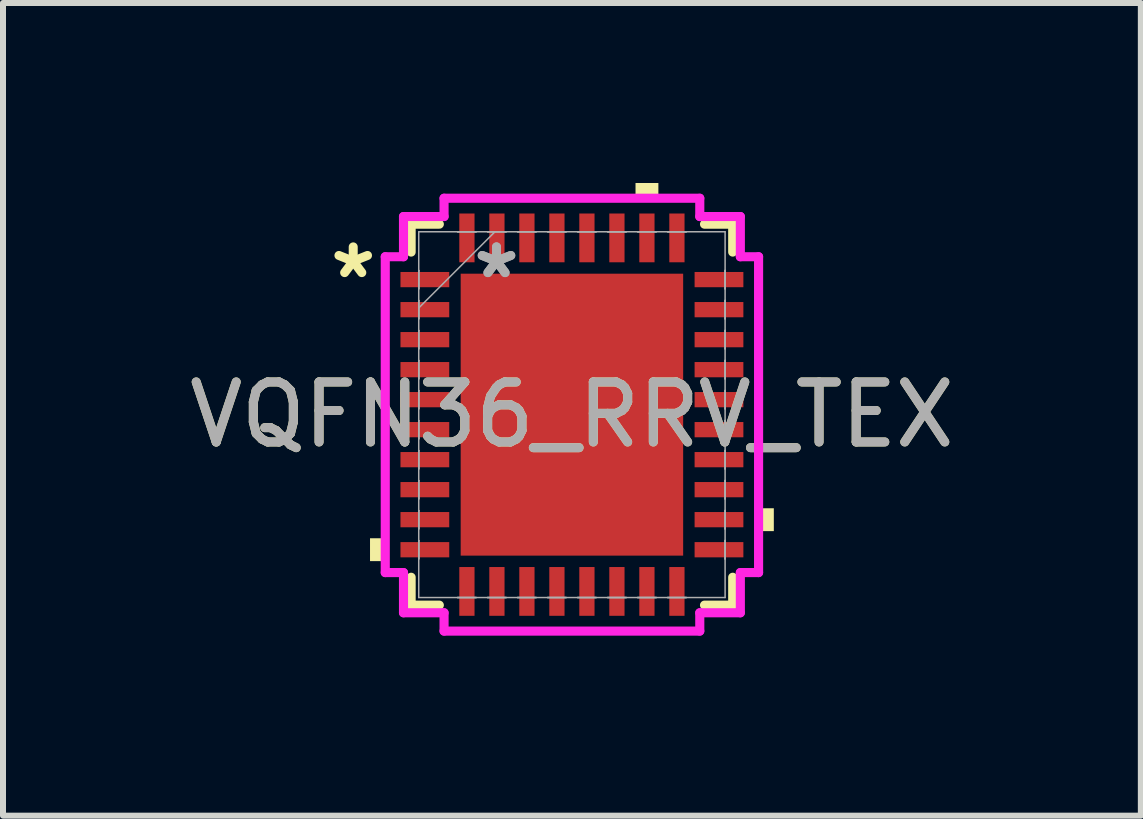
<source format=kicad_pcb>
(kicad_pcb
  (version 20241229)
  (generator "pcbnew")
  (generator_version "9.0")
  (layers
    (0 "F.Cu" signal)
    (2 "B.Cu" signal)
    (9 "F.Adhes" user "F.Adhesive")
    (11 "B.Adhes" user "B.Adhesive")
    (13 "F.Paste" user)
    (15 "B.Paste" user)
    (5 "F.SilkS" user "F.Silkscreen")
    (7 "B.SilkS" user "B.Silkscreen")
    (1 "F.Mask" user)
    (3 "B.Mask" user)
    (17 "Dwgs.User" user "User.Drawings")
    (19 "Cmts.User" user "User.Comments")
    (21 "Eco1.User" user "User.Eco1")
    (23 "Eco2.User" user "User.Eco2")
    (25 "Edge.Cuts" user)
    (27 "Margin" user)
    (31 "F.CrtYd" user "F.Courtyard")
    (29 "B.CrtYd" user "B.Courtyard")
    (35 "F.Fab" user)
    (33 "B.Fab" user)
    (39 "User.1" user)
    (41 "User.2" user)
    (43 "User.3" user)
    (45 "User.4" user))
  (footprint "VQFN36_RRV_TEX"
    (layer "F.Cu")
    (at 6.482 3.861)
    (property "Reference" "VQFN36_RRV_TEX" (at 0 0 0) (unlocked yes) (layer "F.SilkS") (effects (font (size 1 1) (thickness 0.15))))
    (attr smd)
    (fp_line (start -2.68 -3.175) (end -2.68 -2.71) (stroke (width 0.152) (type solid)) (layer "F.SilkS"))
    (fp_line (start -2.68 2.71) (end -2.68 3.175) (stroke (width 0.152) (type solid)) (layer "F.SilkS"))
    (fp_line (start -2.68 3.175) (end -2.21 3.175) (stroke (width 0.152) (type solid)) (layer "F.SilkS"))
    (fp_line (start -2.21 -3.175) (end -2.68 -3.175) (stroke (width 0.152) (type solid)) (layer "F.SilkS"))
    (fp_line (start 2.21 3.175) (end 2.68 3.175) (stroke (width 0.152) (type solid)) (layer "F.SilkS"))
    (fp_line (start 2.68 -3.175) (end 2.21 -3.175) (stroke (width 0.152) (type solid)) (layer "F.SilkS"))
    (fp_line (start 2.68 -2.71) (end 2.68 -3.175) (stroke (width 0.152) (type solid)) (layer "F.SilkS"))
    (fp_line (start 2.68 3.175) (end 2.68 2.71) (stroke (width 0.152) (type solid)) (layer "F.SilkS"))
    (fp_poly (pts (xy -3.365 2.06) (xy -3.365 2.441) (xy -3.111 2.441) (xy -3.111 2.06)) (stroke (width 0) (type solid)) (fill yes) (layer "F.SilkS"))
    (fp_poly (pts (xy 1.06 -3.607) (xy 1.06 -3.861) (xy 1.441 -3.861) (xy 1.441 -3.607)) (stroke (width 0) (type solid)) (fill yes) (layer "F.SilkS"))
    (fp_poly (pts (xy 3.365 1.56) (xy 3.365 1.941) (xy 3.111 1.941) (xy 3.111 1.56)) (stroke (width 0) (type solid)) (fill yes) (layer "F.SilkS"))
    (fp_line (start -3.111 -2.632) (end -2.807 -2.632) (stroke (width 0.152) (type solid)) (layer "F.CrtYd"))
    (fp_line (start -3.111 2.632) (end -3.111 -2.632) (stroke (width 0.152) (type solid)) (layer "F.CrtYd"))
    (fp_line (start -2.807 -3.302) (end -2.131 -3.302) (stroke (width 0.152) (type solid)) (layer "F.CrtYd"))
    (fp_line (start -2.807 -2.632) (end -2.807 -3.302) (stroke (width 0.152) (type solid)) (layer "F.CrtYd"))
    (fp_line (start -2.807 2.632) (end -3.111 2.632) (stroke (width 0.152) (type solid)) (layer "F.CrtYd"))
    (fp_line (start -2.807 3.302) (end -2.807 2.632) (stroke (width 0.152) (type solid)) (layer "F.CrtYd"))
    (fp_line (start -2.131 -3.607) (end 2.131 -3.607) (stroke (width 0.152) (type solid)) (layer "F.CrtYd"))
    (fp_line (start -2.131 -3.302) (end -2.131 -3.607) (stroke (width 0.152) (type solid)) (layer "F.CrtYd"))
    (fp_line (start -2.131 3.302) (end -2.807 3.302) (stroke (width 0.152) (type solid)) (layer "F.CrtYd"))
    (fp_line (start -2.131 3.607) (end -2.131 3.302) (stroke (width 0.152) (type solid)) (layer "F.CrtYd"))
    (fp_line (start 2.131 -3.607) (end 2.131 -3.302) (stroke (width 0.152) (type solid)) (layer "F.CrtYd"))
    (fp_line (start 2.131 -3.302) (end 2.807 -3.302) (stroke (width 0.152) (type solid)) (layer "F.CrtYd"))
    (fp_line (start 2.131 3.302) (end 2.131 3.607) (stroke (width 0.152) (type solid)) (layer "F.CrtYd"))
    (fp_line (start 2.131 3.607) (end -2.131 3.607) (stroke (width 0.152) (type solid)) (layer "F.CrtYd"))
    (fp_line (start 2.807 -3.302) (end 2.807 -2.632) (stroke (width 0.152) (type solid)) (layer "F.CrtYd"))
    (fp_line (start 2.807 -2.632) (end 3.111 -2.632) (stroke (width 0.152) (type solid)) (layer "F.CrtYd"))
    (fp_line (start 2.807 2.632) (end 2.807 3.302) (stroke (width 0.152) (type solid)) (layer "F.CrtYd"))
    (fp_line (start 2.807 3.302) (end 2.131 3.302) (stroke (width 0.152) (type solid)) (layer "F.CrtYd"))
    (fp_line (start 3.111 -2.632) (end 3.111 2.632) (stroke (width 0.152) (type solid)) (layer "F.CrtYd"))
    (fp_line (start 3.111 2.632) (end 2.807 2.632) (stroke (width 0.152) (type solid)) (layer "F.CrtYd"))
    (fp_line (start -2.553 -3.048) (end -2.553 3.048) (stroke (width 0.025) (type solid)) (layer "F.Fab"))
    (fp_line (start -2.553 -2.403) (end -2.553 -2.403) (stroke (width 0.025) (type solid)) (layer "F.Fab"))
    (fp_line (start -2.553 -2.403) (end -2.553 -2.098) (stroke (width 0.025) (type solid)) (layer "F.Fab"))
    (fp_line (start -2.553 -2.098) (end -2.553 -2.403) (stroke (width 0.025) (type solid)) (layer "F.Fab"))
    (fp_line (start -2.553 -2.098) (end -2.553 -2.098) (stroke (width 0.025) (type solid)) (layer "F.Fab"))
    (fp_line (start -2.553 -1.903) (end -2.553 -1.903) (stroke (width 0.025) (type solid)) (layer "F.Fab"))
    (fp_line (start -2.553 -1.903) (end -2.553 -1.598) (stroke (width 0.025) (type solid)) (layer "F.Fab"))
    (fp_line (start -2.553 -1.778) (end -1.283 -3.048) (stroke (width 0.025) (type solid)) (layer "F.Fab"))
    (fp_line (start -2.553 -1.598) (end -2.553 -1.903) (stroke (width 0.025) (type solid)) (layer "F.Fab"))
    (fp_line (start -2.553 -1.598) (end -2.553 -1.598) (stroke (width 0.025) (type solid)) (layer "F.Fab"))
    (fp_line (start -2.553 -1.403) (end -2.553 -1.403) (stroke (width 0.025) (type solid)) (layer "F.Fab"))
    (fp_line (start -2.553 -1.403) (end -2.553 -1.098) (stroke (width 0.025) (type solid)) (layer "F.Fab"))
    (fp_line (start -2.553 -1.098) (end -2.553 -1.403) (stroke (width 0.025) (type solid)) (layer "F.Fab"))
    (fp_line (start -2.553 -1.098) (end -2.553 -1.098) (stroke (width 0.025) (type solid)) (layer "F.Fab"))
    (fp_line (start -2.553 -0.903) (end -2.553 -0.903) (stroke (width 0.025) (type solid)) (layer "F.Fab"))
    (fp_line (start -2.553 -0.903) (end -2.553 -0.598) (stroke (width 0.025) (type solid)) (layer "F.Fab"))
    (fp_line (start -2.553 -0.598) (end -2.553 -0.903) (stroke (width 0.025) (type solid)) (layer "F.Fab"))
    (fp_line (start -2.553 -0.598) (end -2.553 -0.598) (stroke (width 0.025) (type solid)) (layer "F.Fab"))
    (fp_line (start -2.553 -0.402) (end -2.553 -0.402) (stroke (width 0.025) (type solid)) (layer "F.Fab"))
    (fp_line (start -2.553 -0.402) (end -2.553 -0.098) (stroke (width 0.025) (type solid)) (layer "F.Fab"))
    (fp_line (start -2.553 -0.098) (end -2.553 -0.402) (stroke (width 0.025) (type solid)) (layer "F.Fab"))
    (fp_line (start -2.553 -0.098) (end -2.553 -0.098) (stroke (width 0.025) (type solid)) (layer "F.Fab"))
    (fp_line (start -2.553 0.098) (end -2.553 0.098) (stroke (width 0.025) (type solid)) (layer "F.Fab"))
    (fp_line (start -2.553 0.098) (end -2.553 0.402) (stroke (width 0.025) (type solid)) (layer "F.Fab"))
    (fp_line (start -2.553 0.402) (end -2.553 0.098) (stroke (width 0.025) (type solid)) (layer "F.Fab"))
    (fp_line (start -2.553 0.402) (end -2.553 0.402) (stroke (width 0.025) (type solid)) (layer "F.Fab"))
    (fp_line (start -2.553 0.598) (end -2.553 0.598) (stroke (width 0.025) (type solid)) (layer "F.Fab"))
    (fp_line (start -2.553 0.598) (end -2.553 0.903) (stroke (width 0.025) (type solid)) (layer "F.Fab"))
    (fp_line (start -2.553 0.903) (end -2.553 0.598) (stroke (width 0.025) (type solid)) (layer "F.Fab"))
    (fp_line (start -2.553 0.903) (end -2.553 0.903) (stroke (width 0.025) (type solid)) (layer "F.Fab"))
    (fp_line (start -2.553 1.098) (end -2.553 1.098) (stroke (width 0.025) (type solid)) (layer "F.Fab"))
    (fp_line (start -2.553 1.098) (end -2.553 1.403) (stroke (width 0.025) (type solid)) (layer "F.Fab"))
    (fp_line (start -2.553 1.403) (end -2.553 1.098) (stroke (width 0.025) (type solid)) (layer "F.Fab"))
    (fp_line (start -2.553 1.403) (end -2.553 1.403) (stroke (width 0.025) (type solid)) (layer "F.Fab"))
    (fp_line (start -2.553 1.598) (end -2.553 1.598) (stroke (width 0.025) (type solid)) (layer "F.Fab"))
    (fp_line (start -2.553 1.598) (end -2.553 1.903) (stroke (width 0.025) (type solid)) (layer "F.Fab"))
    (fp_line (start -2.553 1.903) (end -2.553 1.598) (stroke (width 0.025) (type solid)) (layer "F.Fab"))
    (fp_line (start -2.553 1.903) (end -2.553 1.903) (stroke (width 0.025) (type solid)) (layer "F.Fab"))
    (fp_line (start -2.553 2.098) (end -2.553 2.098) (stroke (width 0.025) (type solid)) (layer "F.Fab"))
    (fp_line (start -2.553 2.098) (end -2.553 2.403) (stroke (width 0.025) (type solid)) (layer "F.Fab"))
    (fp_line (start -2.553 2.403) (end -2.553 2.098) (stroke (width 0.025) (type solid)) (layer "F.Fab"))
    (fp_line (start -2.553 2.403) (end -2.553 2.403) (stroke (width 0.025) (type solid)) (layer "F.Fab"))
    (fp_line (start -2.553 3.048) (end 2.553 3.048) (stroke (width 0.025) (type solid)) (layer "F.Fab"))
    (fp_line (start -1.903 -3.048) (end -1.903 -3.048) (stroke (width 0.025) (type solid)) (layer "F.Fab"))
    (fp_line (start -1.903 -3.048) (end -1.598 -3.048) (stroke (width 0.025) (type solid)) (layer "F.Fab"))
    (fp_line (start -1.903 3.048) (end -1.903 3.048) (stroke (width 0.025) (type solid)) (layer "F.Fab"))
    (fp_line (start -1.903 3.048) (end -1.598 3.048) (stroke (width 0.025) (type solid)) (layer "F.Fab"))
    (fp_line (start -1.598 -3.048) (end -1.903 -3.048) (stroke (width 0.025) (type solid)) (layer "F.Fab"))
    (fp_line (start -1.598 -3.048) (end -1.598 -3.048) (stroke (width 0.025) (type solid)) (layer "F.Fab"))
    (fp_line (start -1.598 3.048) (end -1.903 3.048) (stroke (width 0.025) (type solid)) (layer "F.Fab"))
    (fp_line (start -1.598 3.048) (end -1.598 3.048) (stroke (width 0.025) (type solid)) (layer "F.Fab"))
    (fp_line (start -1.403 -3.048) (end -1.403 -3.048) (stroke (width 0.025) (type solid)) (layer "F.Fab"))
    (fp_line (start -1.403 -3.048) (end -1.098 -3.048) (stroke (width 0.025) (type solid)) (layer "F.Fab"))
    (fp_line (start -1.403 3.048) (end -1.403 3.048) (stroke (width 0.025) (type solid)) (layer "F.Fab"))
    (fp_line (start -1.403 3.048) (end -1.098 3.048) (stroke (width 0.025) (type solid)) (layer "F.Fab"))
    (fp_line (start -1.098 -3.048) (end -1.403 -3.048) (stroke (width 0.025) (type solid)) (layer "F.Fab"))
    (fp_line (start -1.098 -3.048) (end -1.098 -3.048) (stroke (width 0.025) (type solid)) (layer "F.Fab"))
    (fp_line (start -1.098 3.048) (end -1.403 3.048) (stroke (width 0.025) (type solid)) (layer "F.Fab"))
    (fp_line (start -1.098 3.048) (end -1.098 3.048) (stroke (width 0.025) (type solid)) (layer "F.Fab"))
    (fp_line (start -0.903 -3.048) (end -0.903 -3.048) (stroke (width 0.025) (type solid)) (layer "F.Fab"))
    (fp_line (start -0.903 -3.048) (end -0.598 -3.048) (stroke (width 0.025) (type solid)) (layer "F.Fab"))
    (fp_line (start -0.903 3.048) (end -0.903 3.048) (stroke (width 0.025) (type solid)) (layer "F.Fab"))
    (fp_line (start -0.903 3.048) (end -0.598 3.048) (stroke (width 0.025) (type solid)) (layer "F.Fab"))
    (fp_line (start -0.598 -3.048) (end -0.903 -3.048) (stroke (width 0.025) (type solid)) (layer "F.Fab"))
    (fp_line (start -0.598 -3.048) (end -0.598 -3.048) (stroke (width 0.025) (type solid)) (layer "F.Fab"))
    (fp_line (start -0.598 3.048) (end -0.903 3.048) (stroke (width 0.025) (type solid)) (layer "F.Fab"))
    (fp_line (start -0.598 3.048) (end -0.598 3.048) (stroke (width 0.025) (type solid)) (layer "F.Fab"))
    (fp_line (start -0.402 -3.048) (end -0.402 -3.048) (stroke (width 0.025) (type solid)) (layer "F.Fab"))
    (fp_line (start -0.402 -3.048) (end -0.098 -3.048) (stroke (width 0.025) (type solid)) (layer "F.Fab"))
    (fp_line (start -0.402 3.048) (end -0.402 3.048) (stroke (width 0.025) (type solid)) (layer "F.Fab"))
    (fp_line (start -0.402 3.048) (end -0.098 3.048) (stroke (width 0.025) (type solid)) (layer "F.Fab"))
    (fp_line (start -0.098 -3.048) (end -0.402 -3.048) (stroke (width 0.025) (type solid)) (layer "F.Fab"))
    (fp_line (start -0.098 -3.048) (end -0.098 -3.048) (stroke (width 0.025) (type solid)) (layer "F.Fab"))
    (fp_line (start -0.098 3.048) (end -0.402 3.048) (stroke (width 0.025) (type solid)) (layer "F.Fab"))
    (fp_line (start -0.098 3.048) (end -0.098 3.048) (stroke (width 0.025) (type solid)) (layer "F.Fab"))
    (fp_line (start 0.098 -3.048) (end 0.098 -3.048) (stroke (width 0.025) (type solid)) (layer "F.Fab"))
    (fp_line (start 0.098 -3.048) (end 0.402 -3.048) (stroke (width 0.025) (type solid)) (layer "F.Fab"))
    (fp_line (start 0.098 3.048) (end 0.098 3.048) (stroke (width 0.025) (type solid)) (layer "F.Fab"))
    (fp_line (start 0.098 3.048) (end 0.402 3.048) (stroke (width 0.025) (type solid)) (layer "F.Fab"))
    (fp_line (start 0.402 -3.048) (end 0.098 -3.048) (stroke (width 0.025) (type solid)) (layer "F.Fab"))
    (fp_line (start 0.402 -3.048) (end 0.402 -3.048) (stroke (width 0.025) (type solid)) (layer "F.Fab"))
    (fp_line (start 0.402 3.048) (end 0.098 3.048) (stroke (width 0.025) (type solid)) (layer "F.Fab"))
    (fp_line (start 0.402 3.048) (end 0.402 3.048) (stroke (width 0.025) (type solid)) (layer "F.Fab"))
    (fp_line (start 0.598 -3.048) (end 0.598 -3.048) (stroke (width 0.025) (type solid)) (layer "F.Fab"))
    (fp_line (start 0.598 -3.048) (end 0.903 -3.048) (stroke (width 0.025) (type solid)) (layer "F.Fab"))
    (fp_line (start 0.598 3.048) (end 0.598 3.048) (stroke (width 0.025) (type solid)) (layer "F.Fab"))
    (fp_line (start 0.598 3.048) (end 0.903 3.048) (stroke (width 0.025) (type solid)) (layer "F.Fab"))
    (fp_line (start 0.903 -3.048) (end 0.598 -3.048) (stroke (width 0.025) (type solid)) (layer "F.Fab"))
    (fp_line (start 0.903 -3.048) (end 0.903 -3.048) (stroke (width 0.025) (type solid)) (layer "F.Fab"))
    (fp_line (start 0.903 3.048) (end 0.598 3.048) (stroke (width 0.025) (type solid)) (layer "F.Fab"))
    (fp_line (start 0.903 3.048) (end 0.903 3.048) (stroke (width 0.025) (type solid)) (layer "F.Fab"))
    (fp_line (start 1.098 -3.048) (end 1.098 -3.048) (stroke (width 0.025) (type solid)) (layer "F.Fab"))
    (fp_line (start 1.098 -3.048) (end 1.403 -3.048) (stroke (width 0.025) (type solid)) (layer "F.Fab"))
    (fp_line (start 1.098 3.048) (end 1.098 3.048) (stroke (width 0.025) (type solid)) (layer "F.Fab"))
    (fp_line (start 1.098 3.048) (end 1.403 3.048) (stroke (width 0.025) (type solid)) (layer "F.Fab"))
    (fp_line (start 1.403 -3.048) (end 1.098 -3.048) (stroke (width 0.025) (type solid)) (layer "F.Fab"))
    (fp_line (start 1.403 -3.048) (end 1.403 -3.048) (stroke (width 0.025) (type solid)) (layer "F.Fab"))
    (fp_line (start 1.403 3.048) (end 1.098 3.048) (stroke (width 0.025) (type solid)) (layer "F.Fab"))
    (fp_line (start 1.403 3.048) (end 1.403 3.048) (stroke (width 0.025) (type solid)) (layer "F.Fab"))
    (fp_line (start 1.598 -3.048) (end 1.598 -3.048) (stroke (width 0.025) (type solid)) (layer "F.Fab"))
    (fp_line (start 1.598 -3.048) (end 1.903 -3.048) (stroke (width 0.025) (type solid)) (layer "F.Fab"))
    (fp_line (start 1.598 3.048) (end 1.598 3.048) (stroke (width 0.025) (type solid)) (layer "F.Fab"))
    (fp_line (start 1.598 3.048) (end 1.903 3.048) (stroke (width 0.025) (type solid)) (layer "F.Fab"))
    (fp_line (start 1.903 -3.048) (end 1.598 -3.048) (stroke (width 0.025) (type solid)) (layer "F.Fab"))
    (fp_line (start 1.903 -3.048) (end 1.903 -3.048) (stroke (width 0.025) (type solid)) (layer "F.Fab"))
    (fp_line (start 1.903 3.048) (end 1.598 3.048) (stroke (width 0.025) (type solid)) (layer "F.Fab"))
    (fp_line (start 1.903 3.048) (end 1.903 3.048) (stroke (width 0.025) (type solid)) (layer "F.Fab"))
    (fp_line (start 2.553 -3.048) (end -2.553 -3.048) (stroke (width 0.025) (type solid)) (layer "F.Fab"))
    (fp_line (start 2.553 -2.403) (end 2.553 -2.403) (stroke (width 0.025) (type solid)) (layer "F.Fab"))
    (fp_line (start 2.553 -2.403) (end 2.553 -2.098) (stroke (width 0.025) (type solid)) (layer "F.Fab"))
    (fp_line (start 2.553 -2.098) (end 2.553 -2.403) (stroke (width 0.025) (type solid)) (layer "F.Fab"))
    (fp_line (start 2.553 -2.098) (end 2.553 -2.098) (stroke (width 0.025) (type solid)) (layer "F.Fab"))
    (fp_line (start 2.553 -1.903) (end 2.553 -1.903) (stroke (width 0.025) (type solid)) (layer "F.Fab"))
    (fp_line (start 2.553 -1.903) (end 2.553 -1.598) (stroke (width 0.025) (type solid)) (layer "F.Fab"))
    (fp_line (start 2.553 -1.598) (end 2.553 -1.903) (stroke (width 0.025) (type solid)) (layer "F.Fab"))
    (fp_line (start 2.553 -1.598) (end 2.553 -1.598) (stroke (width 0.025) (type solid)) (layer "F.Fab"))
    (fp_line (start 2.553 -1.403) (end 2.553 -1.403) (stroke (width 0.025) (type solid)) (layer "F.Fab"))
    (fp_line (start 2.553 -1.403) (end 2.553 -1.098) (stroke (width 0.025) (type solid)) (layer "F.Fab"))
    (fp_line (start 2.553 -1.098) (end 2.553 -1.403) (stroke (width 0.025) (type solid)) (layer "F.Fab"))
    (fp_line (start 2.553 -1.098) (end 2.553 -1.098) (stroke (width 0.025) (type solid)) (layer "F.Fab"))
    (fp_line (start 2.553 -0.903) (end 2.553 -0.903) (stroke (width 0.025) (type solid)) (layer "F.Fab"))
    (fp_line (start 2.553 -0.903) (end 2.553 -0.598) (stroke (width 0.025) (type solid)) (layer "F.Fab"))
    (fp_line (start 2.553 -0.598) (end 2.553 -0.903) (stroke (width 0.025) (type solid)) (layer "F.Fab"))
    (fp_line (start 2.553 -0.598) (end 2.553 -0.598) (stroke (width 0.025) (type solid)) (layer "F.Fab"))
    (fp_line (start 2.553 -0.402) (end 2.553 -0.402) (stroke (width 0.025) (type solid)) (layer "F.Fab"))
    (fp_line (start 2.553 -0.402) (end 2.553 -0.098) (stroke (width 0.025) (type solid)) (layer "F.Fab"))
    (fp_line (start 2.553 -0.098) (end 2.553 -0.402) (stroke (width 0.025) (type solid)) (layer "F.Fab"))
    (fp_line (start 2.553 -0.098) (end 2.553 -0.098) (stroke (width 0.025) (type solid)) (layer "F.Fab"))
    (fp_line (start 2.553 0.098) (end 2.553 0.098) (stroke (width 0.025) (type solid)) (layer "F.Fab"))
    (fp_line (start 2.553 0.098) (end 2.553 0.402) (stroke (width 0.025) (type solid)) (layer "F.Fab"))
    (fp_line (start 2.553 0.402) (end 2.553 0.098) (stroke (width 0.025) (type solid)) (layer "F.Fab"))
    (fp_line (start 2.553 0.402) (end 2.553 0.402) (stroke (width 0.025) (type solid)) (layer "F.Fab"))
    (fp_line (start 2.553 0.598) (end 2.553 0.598) (stroke (width 0.025) (type solid)) (layer "F.Fab"))
    (fp_line (start 2.553 0.598) (end 2.553 0.903) (stroke (width 0.025) (type solid)) (layer "F.Fab"))
    (fp_line (start 2.553 0.903) (end 2.553 0.598) (stroke (width 0.025) (type solid)) (layer "F.Fab"))
    (fp_line (start 2.553 0.903) (end 2.553 0.903) (stroke (width 0.025) (type solid)) (layer "F.Fab"))
    (fp_line (start 2.553 1.098) (end 2.553 1.098) (stroke (width 0.025) (type solid)) (layer "F.Fab"))
    (fp_line (start 2.553 1.098) (end 2.553 1.403) (stroke (width 0.025) (type solid)) (layer "F.Fab"))
    (fp_line (start 2.553 1.403) (end 2.553 1.098) (stroke (width 0.025) (type solid)) (layer "F.Fab"))
    (fp_line (start 2.553 1.403) (end 2.553 1.403) (stroke (width 0.025) (type solid)) (layer "F.Fab"))
    (fp_line (start 2.553 1.598) (end 2.553 1.598) (stroke (width 0.025) (type solid)) (layer "F.Fab"))
    (fp_line (start 2.553 1.598) (end 2.553 1.903) (stroke (width 0.025) (type solid)) (layer "F.Fab"))
    (fp_line (start 2.553 1.903) (end 2.553 1.598) (stroke (width 0.025) (type solid)) (layer "F.Fab"))
    (fp_line (start 2.553 1.903) (end 2.553 1.903) (stroke (width 0.025) (type solid)) (layer "F.Fab"))
    (fp_line (start 2.553 2.098) (end 2.553 2.098) (stroke (width 0.025) (type solid)) (layer "F.Fab"))
    (fp_line (start 2.553 2.098) (end 2.553 2.403) (stroke (width 0.025) (type solid)) (layer "F.Fab"))
    (fp_line (start 2.553 2.403) (end 2.553 2.098) (stroke (width 0.025) (type solid)) (layer "F.Fab"))
    (fp_line (start 2.553 2.403) (end 2.553 2.403) (stroke (width 0.025) (type solid)) (layer "F.Fab"))
    (fp_line (start 2.553 3.048) (end 2.553 -3.048) (stroke (width 0.025) (type solid)) (layer "F.Fab"))
    (fp_text user "*" (at -3.645 -2.251 0) (layer "F.SilkS") (effects (font (size 1 1) (thickness 0.15))))
    (fp_text user "*" (at -1.257 -2.251 0) (unlocked yes) (layer "F.Fab") (effects (font (size 1 1) (thickness 0.15))))
    (fp_text user "*" (at -1.257 -2.251 0) (layer "F.Fab") (effects (font (size 1 1) (thickness 0.15))))
    (fp_text user "${REFERENCE}" (at 0 0 0) (unlocked yes) (layer "F.Fab") (effects (font (size 1 1) (thickness 0.15))))
    (pad "1" smd rect (at -2.451 -2.251 90) (size 0.254 0.813) (layers "F.Cu" "F.Mask" "F.Paste"))
    (pad "2" smd rect (at -2.451 -1.75 90) (size 0.254 0.813) (layers "F.Cu" "F.Mask" "F.Paste"))
    (pad "3" smd rect (at -2.451 -1.25 90) (size 0.254 0.813) (layers "F.Cu" "F.Mask" "F.Paste"))
    (pad "4" smd rect (at -2.451 -0.75 90) (size 0.254 0.813) (layers "F.Cu" "F.Mask" "F.Paste"))
    (pad "5" smd rect (at -2.451 -0.25 90) (size 0.254 0.813) (layers "F.Cu" "F.Mask" "F.Paste"))
    (pad "6" smd rect (at -2.451 0.25 90) (size 0.254 0.813) (layers "F.Cu" "F.Mask" "F.Paste"))
    (pad "7" smd rect (at -2.451 0.75 90) (size 0.254 0.813) (layers "F.Cu" "F.Mask" "F.Paste"))
    (pad "8" smd rect (at -2.451 1.25 90) (size 0.254 0.813) (layers "F.Cu" "F.Mask" "F.Paste"))
    (pad "9" smd rect (at -2.451 1.75 90) (size 0.254 0.813) (layers "F.Cu" "F.Mask" "F.Paste"))
    (pad "10" smd rect (at -2.451 2.251 90) (size 0.254 0.813) (layers "F.Cu" "F.Mask" "F.Paste"))
    (pad "11" smd rect (at -1.75 2.946) (size 0.254 0.813) (layers "F.Cu" "F.Mask" "F.Paste"))
    (pad "12" smd rect (at -1.25 2.946) (size 0.254 0.813) (layers "F.Cu" "F.Mask" "F.Paste"))
    (pad "13" smd rect (at -0.75 2.946) (size 0.254 0.813) (layers "F.Cu" "F.Mask" "F.Paste"))
    (pad "14" smd rect (at -0.25 2.946) (size 0.254 0.813) (layers "F.Cu" "F.Mask" "F.Paste"))
    (pad "15" smd rect (at 0.25 2.946) (size 0.254 0.813) (layers "F.Cu" "F.Mask" "F.Paste"))
    (pad "16" smd rect (at 0.75 2.946) (size 0.254 0.813) (layers "F.Cu" "F.Mask" "F.Paste"))
    (pad "17" smd rect (at 1.25 2.946) (size 0.254 0.813) (layers "F.Cu" "F.Mask" "F.Paste"))
    (pad "18" smd rect (at 1.75 2.946) (size 0.254 0.813) (layers "F.Cu" "F.Mask" "F.Paste"))
    (pad "19" smd rect (at 2.451 2.251 90) (size 0.254 0.813) (layers "F.Cu" "F.Mask" "F.Paste"))
    (pad "20" smd rect (at 2.451 1.75 90) (size 0.254 0.813) (layers "F.Cu" "F.Mask" "F.Paste"))
    (pad "21" smd rect (at 2.451 1.25 90) (size 0.254 0.813) (layers "F.Cu" "F.Mask" "F.Paste"))
    (pad "22" smd rect (at 2.451 0.75 90) (size 0.254 0.813) (layers "F.Cu" "F.Mask" "F.Paste"))
    (pad "23" smd rect (at 2.451 0.25 90) (size 0.254 0.813) (layers "F.Cu" "F.Mask" "F.Paste"))
    (pad "24" smd rect (at 2.451 -0.25 90) (size 0.254 0.813) (layers "F.Cu" "F.Mask" "F.Paste"))
    (pad "25" smd rect (at 2.451 -0.75 90) (size 0.254 0.813) (layers "F.Cu" "F.Mask" "F.Paste"))
    (pad "26" smd rect (at 2.451 -1.25 90) (size 0.254 0.813) (layers "F.Cu" "F.Mask" "F.Paste"))
    (pad "27" smd rect (at 2.451 -1.75 90) (size 0.254 0.813) (layers "F.Cu" "F.Mask" "F.Paste"))
    (pad "28" smd rect (at 2.451 -2.251 90) (size 0.254 0.813) (layers "F.Cu" "F.Mask" "F.Paste"))
    (pad "29" smd rect (at 1.75 -2.946) (size 0.254 0.813) (layers "F.Cu" "F.Mask" "F.Paste"))
    (pad "30" smd rect (at 1.25 -2.946) (size 0.254 0.813) (layers "F.Cu" "F.Mask" "F.Paste"))
    (pad "31" smd rect (at 0.75 -2.946) (size 0.254 0.813) (layers "F.Cu" "F.Mask" "F.Paste"))
    (pad "32" smd rect (at 0.25 -2.946) (size 0.254 0.813) (layers "F.Cu" "F.Mask" "F.Paste"))
    (pad "33" smd rect (at -0.25 -2.946) (size 0.254 0.813) (layers "F.Cu" "F.Mask" "F.Paste"))
    (pad "34" smd rect (at -0.75 -2.946) (size 0.254 0.813) (layers "F.Cu" "F.Mask" "F.Paste"))
    (pad "35" smd rect (at -1.25 -2.946) (size 0.254 0.813) (layers "F.Cu" "F.Mask" "F.Paste"))
    (pad "36" smd rect (at -1.75 -2.946) (size 0.254 0.813) (layers "F.Cu" "F.Mask" "F.Paste"))
    (pad "37" smd rect (at 0 0) (size 3.708 4.699) (layers "F.Cu" "F.Mask" "F.Paste")))
  (gr_rect
    (start -3 -3)
    (end 15.964 10.544)
    (stroke (width 0.1) (type default))
    (fill no)
    (layer "Edge.Cuts")))
</source>
